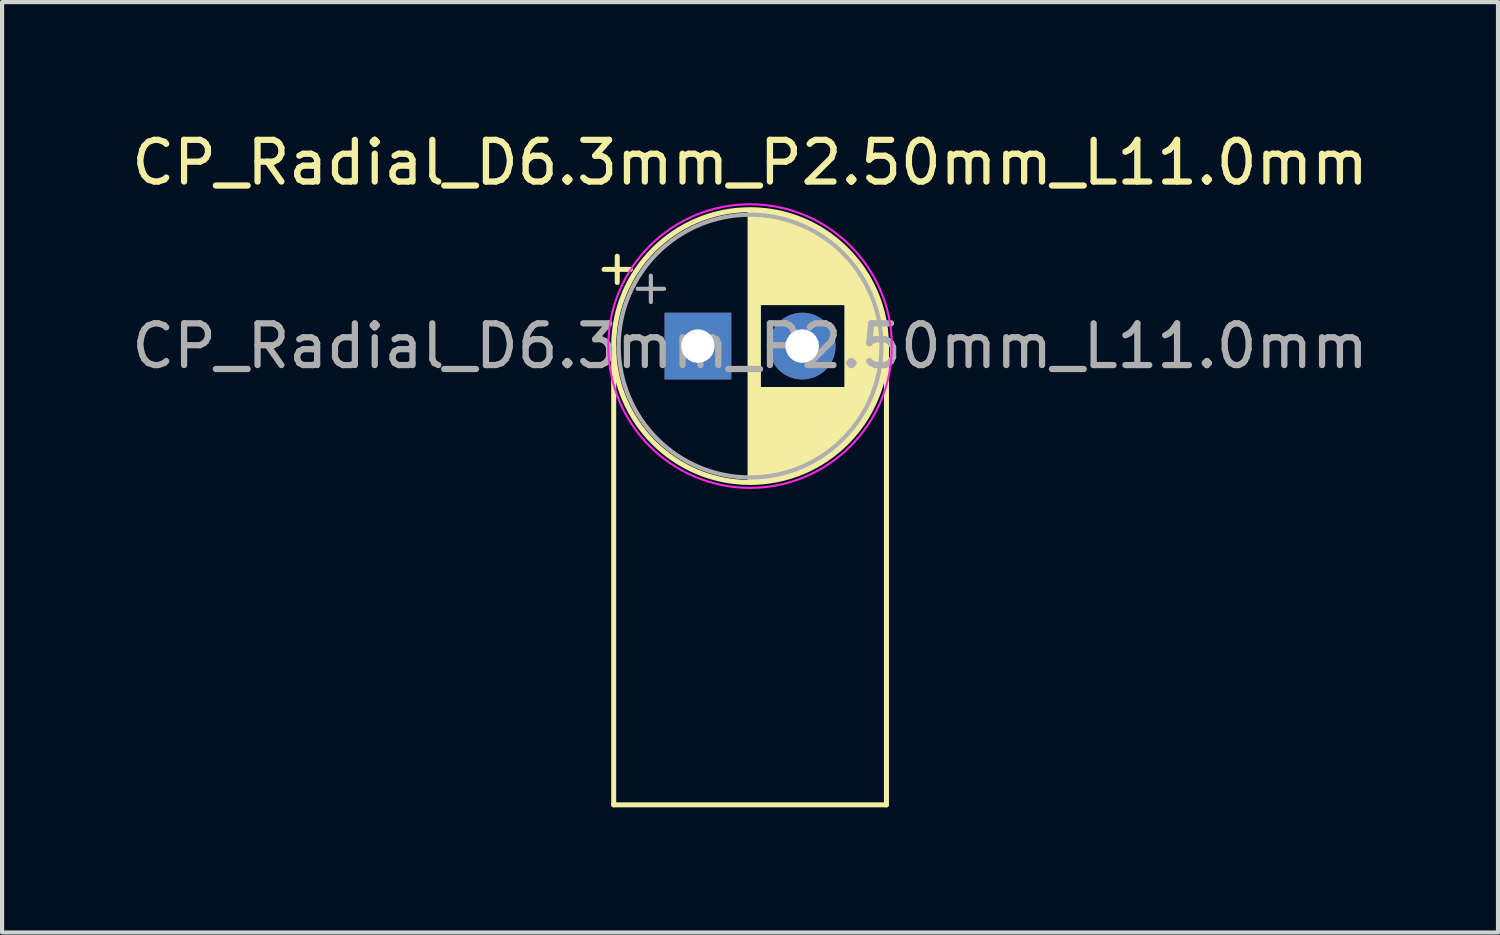
<source format=kicad_pcb>
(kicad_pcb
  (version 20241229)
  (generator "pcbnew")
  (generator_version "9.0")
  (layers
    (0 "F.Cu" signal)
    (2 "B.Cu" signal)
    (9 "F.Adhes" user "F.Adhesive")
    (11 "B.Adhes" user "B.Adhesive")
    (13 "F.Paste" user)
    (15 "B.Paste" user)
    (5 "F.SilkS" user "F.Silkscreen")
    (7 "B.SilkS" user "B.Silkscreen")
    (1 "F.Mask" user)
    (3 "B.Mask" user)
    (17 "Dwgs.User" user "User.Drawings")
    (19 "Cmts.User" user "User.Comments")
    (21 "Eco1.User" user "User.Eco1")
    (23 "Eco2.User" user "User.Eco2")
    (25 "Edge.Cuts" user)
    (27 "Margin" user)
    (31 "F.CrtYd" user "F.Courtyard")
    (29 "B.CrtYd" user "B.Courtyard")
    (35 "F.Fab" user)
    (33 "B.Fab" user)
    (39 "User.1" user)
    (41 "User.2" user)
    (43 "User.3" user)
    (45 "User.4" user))
  (footprint "CP_Radial_D6.3mm_P2.50mm_L11.0mm"
    (layer "F.Cu")
    (at 13.685 5.248)
    (property "Reference" "CP_Radial_D6.3mm_P2.50mm_L11.0mm" (at 1.25 -4.4 0) (layer "F.SilkS") (effects (font (size 1 1) (thickness 0.15))))
    (attr through_hole)
    (fp_line (start -2.25 -1.839) (end -1.62 -1.839) (stroke (width 0.12) (type solid)) (layer "F.SilkS"))
    (fp_line (start -2.02 0) (end -2.02 11) (stroke (width 0.12) (type solid)) (layer "F.SilkS"))
    (fp_line (start -2.02 11) (end 4.52 11) (stroke (width 0.12) (type solid)) (layer "F.SilkS"))
    (fp_line (start -1.935 -2.154) (end -1.935 -1.524) (stroke (width 0.12) (type solid)) (layer "F.SilkS"))
    (fp_line (start 1.25 -3.23) (end 1.25 3.23) (stroke (width 0.12) (type solid)) (layer "F.SilkS"))
    (fp_line (start 1.29 -3.23) (end 1.29 3.23) (stroke (width 0.12) (type solid)) (layer "F.SilkS"))
    (fp_line (start 1.33 -3.23) (end 1.33 3.23) (stroke (width 0.12) (type solid)) (layer "F.SilkS"))
    (fp_line (start 1.37 -3.228) (end 1.37 3.228) (stroke (width 0.12) (type solid)) (layer "F.SilkS"))
    (fp_line (start 1.41 -3.227) (end 1.41 3.227) (stroke (width 0.12) (type solid)) (layer "F.SilkS"))
    (fp_line (start 1.45 -3.224) (end 1.45 3.224) (stroke (width 0.12) (type solid)) (layer "F.SilkS"))
    (fp_line (start 1.49 -3.222) (end 1.49 -1.04) (stroke (width 0.12) (type solid)) (layer "F.SilkS"))
    (fp_line (start 1.49 1.04) (end 1.49 3.222) (stroke (width 0.12) (type solid)) (layer "F.SilkS"))
    (fp_line (start 1.53 -3.218) (end 1.53 -1.04) (stroke (width 0.12) (type solid)) (layer "F.SilkS"))
    (fp_line (start 1.53 1.04) (end 1.53 3.218) (stroke (width 0.12) (type solid)) (layer "F.SilkS"))
    (fp_line (start 1.57 -3.215) (end 1.57 -1.04) (stroke (width 0.12) (type solid)) (layer "F.SilkS"))
    (fp_line (start 1.57 1.04) (end 1.57 3.215) (stroke (width 0.12) (type solid)) (layer "F.SilkS"))
    (fp_line (start 1.61 -3.211) (end 1.61 -1.04) (stroke (width 0.12) (type solid)) (layer "F.SilkS"))
    (fp_line (start 1.61 1.04) (end 1.61 3.211) (stroke (width 0.12) (type solid)) (layer "F.SilkS"))
    (fp_line (start 1.65 -3.206) (end 1.65 -1.04) (stroke (width 0.12) (type solid)) (layer "F.SilkS"))
    (fp_line (start 1.65 1.04) (end 1.65 3.206) (stroke (width 0.12) (type solid)) (layer "F.SilkS"))
    (fp_line (start 1.69 -3.201) (end 1.69 -1.04) (stroke (width 0.12) (type solid)) (layer "F.SilkS"))
    (fp_line (start 1.69 1.04) (end 1.69 3.201) (stroke (width 0.12) (type solid)) (layer "F.SilkS"))
    (fp_line (start 1.73 -3.195) (end 1.73 -1.04) (stroke (width 0.12) (type solid)) (layer "F.SilkS"))
    (fp_line (start 1.73 1.04) (end 1.73 3.195) (stroke (width 0.12) (type solid)) (layer "F.SilkS"))
    (fp_line (start 1.77 -3.189) (end 1.77 -1.04) (stroke (width 0.12) (type solid)) (layer "F.SilkS"))
    (fp_line (start 1.77 1.04) (end 1.77 3.189) (stroke (width 0.12) (type solid)) (layer "F.SilkS"))
    (fp_line (start 1.81 -3.182) (end 1.81 -1.04) (stroke (width 0.12) (type solid)) (layer "F.SilkS"))
    (fp_line (start 1.81 1.04) (end 1.81 3.182) (stroke (width 0.12) (type solid)) (layer "F.SilkS"))
    (fp_line (start 1.85 -3.175) (end 1.85 -1.04) (stroke (width 0.12) (type solid)) (layer "F.SilkS"))
    (fp_line (start 1.85 1.04) (end 1.85 3.175) (stroke (width 0.12) (type solid)) (layer "F.SilkS"))
    (fp_line (start 1.89 -3.167) (end 1.89 -1.04) (stroke (width 0.12) (type solid)) (layer "F.SilkS"))
    (fp_line (start 1.89 1.04) (end 1.89 3.167) (stroke (width 0.12) (type solid)) (layer "F.SilkS"))
    (fp_line (start 1.93 -3.159) (end 1.93 -1.04) (stroke (width 0.12) (type solid)) (layer "F.SilkS"))
    (fp_line (start 1.93 1.04) (end 1.93 3.159) (stroke (width 0.12) (type solid)) (layer "F.SilkS"))
    (fp_line (start 1.971 -3.15) (end 1.971 -1.04) (stroke (width 0.12) (type solid)) (layer "F.SilkS"))
    (fp_line (start 1.971 1.04) (end 1.971 3.15) (stroke (width 0.12) (type solid)) (layer "F.SilkS"))
    (fp_line (start 2.011 -3.141) (end 2.011 -1.04) (stroke (width 0.12) (type solid)) (layer "F.SilkS"))
    (fp_line (start 2.011 1.04) (end 2.011 3.141) (stroke (width 0.12) (type solid)) (layer "F.SilkS"))
    (fp_line (start 2.051 -3.131) (end 2.051 -1.04) (stroke (width 0.12) (type solid)) (layer "F.SilkS"))
    (fp_line (start 2.051 1.04) (end 2.051 3.131) (stroke (width 0.12) (type solid)) (layer "F.SilkS"))
    (fp_line (start 2.091 -3.121) (end 2.091 -1.04) (stroke (width 0.12) (type solid)) (layer "F.SilkS"))
    (fp_line (start 2.091 1.04) (end 2.091 3.121) (stroke (width 0.12) (type solid)) (layer "F.SilkS"))
    (fp_line (start 2.131 -3.11) (end 2.131 -1.04) (stroke (width 0.12) (type solid)) (layer "F.SilkS"))
    (fp_line (start 2.131 1.04) (end 2.131 3.11) (stroke (width 0.12) (type solid)) (layer "F.SilkS"))
    (fp_line (start 2.171 -3.098) (end 2.171 -1.04) (stroke (width 0.12) (type solid)) (layer "F.SilkS"))
    (fp_line (start 2.171 1.04) (end 2.171 3.098) (stroke (width 0.12) (type solid)) (layer "F.SilkS"))
    (fp_line (start 2.211 -3.086) (end 2.211 -1.04) (stroke (width 0.12) (type solid)) (layer "F.SilkS"))
    (fp_line (start 2.211 1.04) (end 2.211 3.086) (stroke (width 0.12) (type solid)) (layer "F.SilkS"))
    (fp_line (start 2.251 -3.074) (end 2.251 -1.04) (stroke (width 0.12) (type solid)) (layer "F.SilkS"))
    (fp_line (start 2.251 1.04) (end 2.251 3.074) (stroke (width 0.12) (type solid)) (layer "F.SilkS"))
    (fp_line (start 2.291 -3.061) (end 2.291 -1.04) (stroke (width 0.12) (type solid)) (layer "F.SilkS"))
    (fp_line (start 2.291 1.04) (end 2.291 3.061) (stroke (width 0.12) (type solid)) (layer "F.SilkS"))
    (fp_line (start 2.331 -3.047) (end 2.331 -1.04) (stroke (width 0.12) (type solid)) (layer "F.SilkS"))
    (fp_line (start 2.331 1.04) (end 2.331 3.047) (stroke (width 0.12) (type solid)) (layer "F.SilkS"))
    (fp_line (start 2.371 -3.033) (end 2.371 -1.04) (stroke (width 0.12) (type solid)) (layer "F.SilkS"))
    (fp_line (start 2.371 1.04) (end 2.371 3.033) (stroke (width 0.12) (type solid)) (layer "F.SilkS"))
    (fp_line (start 2.411 -3.018) (end 2.411 -1.04) (stroke (width 0.12) (type solid)) (layer "F.SilkS"))
    (fp_line (start 2.411 1.04) (end 2.411 3.018) (stroke (width 0.12) (type solid)) (layer "F.SilkS"))
    (fp_line (start 2.451 -3.002) (end 2.451 -1.04) (stroke (width 0.12) (type solid)) (layer "F.SilkS"))
    (fp_line (start 2.451 1.04) (end 2.451 3.002) (stroke (width 0.12) (type solid)) (layer "F.SilkS"))
    (fp_line (start 2.491 -2.986) (end 2.491 -1.04) (stroke (width 0.12) (type solid)) (layer "F.SilkS"))
    (fp_line (start 2.491 1.04) (end 2.491 2.986) (stroke (width 0.12) (type solid)) (layer "F.SilkS"))
    (fp_line (start 2.531 -2.97) (end 2.531 -1.04) (stroke (width 0.12) (type solid)) (layer "F.SilkS"))
    (fp_line (start 2.531 1.04) (end 2.531 2.97) (stroke (width 0.12) (type solid)) (layer "F.SilkS"))
    (fp_line (start 2.571 -2.952) (end 2.571 -1.04) (stroke (width 0.12) (type solid)) (layer "F.SilkS"))
    (fp_line (start 2.571 1.04) (end 2.571 2.952) (stroke (width 0.12) (type solid)) (layer "F.SilkS"))
    (fp_line (start 2.611 -2.934) (end 2.611 -1.04) (stroke (width 0.12) (type solid)) (layer "F.SilkS"))
    (fp_line (start 2.611 1.04) (end 2.611 2.934) (stroke (width 0.12) (type solid)) (layer "F.SilkS"))
    (fp_line (start 2.651 -2.916) (end 2.651 -1.04) (stroke (width 0.12) (type solid)) (layer "F.SilkS"))
    (fp_line (start 2.651 1.04) (end 2.651 2.916) (stroke (width 0.12) (type solid)) (layer "F.SilkS"))
    (fp_line (start 2.691 -2.896) (end 2.691 -1.04) (stroke (width 0.12) (type solid)) (layer "F.SilkS"))
    (fp_line (start 2.691 1.04) (end 2.691 2.896) (stroke (width 0.12) (type solid)) (layer "F.SilkS"))
    (fp_line (start 2.731 -2.876) (end 2.731 -1.04) (stroke (width 0.12) (type solid)) (layer "F.SilkS"))
    (fp_line (start 2.731 1.04) (end 2.731 2.876) (stroke (width 0.12) (type solid)) (layer "F.SilkS"))
    (fp_line (start 2.771 -2.856) (end 2.771 -1.04) (stroke (width 0.12) (type solid)) (layer "F.SilkS"))
    (fp_line (start 2.771 1.04) (end 2.771 2.856) (stroke (width 0.12) (type solid)) (layer "F.SilkS"))
    (fp_line (start 2.811 -2.834) (end 2.811 -1.04) (stroke (width 0.12) (type solid)) (layer "F.SilkS"))
    (fp_line (start 2.811 1.04) (end 2.811 2.834) (stroke (width 0.12) (type solid)) (layer "F.SilkS"))
    (fp_line (start 2.851 -2.812) (end 2.851 -1.04) (stroke (width 0.12) (type solid)) (layer "F.SilkS"))
    (fp_line (start 2.851 1.04) (end 2.851 2.812) (stroke (width 0.12) (type solid)) (layer "F.SilkS"))
    (fp_line (start 2.891 -2.79) (end 2.891 -1.04) (stroke (width 0.12) (type solid)) (layer "F.SilkS"))
    (fp_line (start 2.891 1.04) (end 2.891 2.79) (stroke (width 0.12) (type solid)) (layer "F.SilkS"))
    (fp_line (start 2.931 -2.766) (end 2.931 -1.04) (stroke (width 0.12) (type solid)) (layer "F.SilkS"))
    (fp_line (start 2.931 1.04) (end 2.931 2.766) (stroke (width 0.12) (type solid)) (layer "F.SilkS"))
    (fp_line (start 2.971 -2.742) (end 2.971 -1.04) (stroke (width 0.12) (type solid)) (layer "F.SilkS"))
    (fp_line (start 2.971 1.04) (end 2.971 2.742) (stroke (width 0.12) (type solid)) (layer "F.SilkS"))
    (fp_line (start 3.011 -2.716) (end 3.011 -1.04) (stroke (width 0.12) (type solid)) (layer "F.SilkS"))
    (fp_line (start 3.011 1.04) (end 3.011 2.716) (stroke (width 0.12) (type solid)) (layer "F.SilkS"))
    (fp_line (start 3.051 -2.69) (end 3.051 -1.04) (stroke (width 0.12) (type solid)) (layer "F.SilkS"))
    (fp_line (start 3.051 1.04) (end 3.051 2.69) (stroke (width 0.12) (type solid)) (layer "F.SilkS"))
    (fp_line (start 3.091 -2.664) (end 3.091 -1.04) (stroke (width 0.12) (type solid)) (layer "F.SilkS"))
    (fp_line (start 3.091 1.04) (end 3.091 2.664) (stroke (width 0.12) (type solid)) (layer "F.SilkS"))
    (fp_line (start 3.131 -2.636) (end 3.131 -1.04) (stroke (width 0.12) (type solid)) (layer "F.SilkS"))
    (fp_line (start 3.131 1.04) (end 3.131 2.636) (stroke (width 0.12) (type solid)) (layer "F.SilkS"))
    (fp_line (start 3.171 -2.607) (end 3.171 -1.04) (stroke (width 0.12) (type solid)) (layer "F.SilkS"))
    (fp_line (start 3.171 1.04) (end 3.171 2.607) (stroke (width 0.12) (type solid)) (layer "F.SilkS"))
    (fp_line (start 3.211 -2.578) (end 3.211 -1.04) (stroke (width 0.12) (type solid)) (layer "F.SilkS"))
    (fp_line (start 3.211 1.04) (end 3.211 2.578) (stroke (width 0.12) (type solid)) (layer "F.SilkS"))
    (fp_line (start 3.251 -2.548) (end 3.251 -1.04) (stroke (width 0.12) (type solid)) (layer "F.SilkS"))
    (fp_line (start 3.251 1.04) (end 3.251 2.548) (stroke (width 0.12) (type solid)) (layer "F.SilkS"))
    (fp_line (start 3.291 -2.516) (end 3.291 -1.04) (stroke (width 0.12) (type solid)) (layer "F.SilkS"))
    (fp_line (start 3.291 1.04) (end 3.291 2.516) (stroke (width 0.12) (type solid)) (layer "F.SilkS"))
    (fp_line (start 3.331 -2.484) (end 3.331 -1.04) (stroke (width 0.12) (type solid)) (layer "F.SilkS"))
    (fp_line (start 3.331 1.04) (end 3.331 2.484) (stroke (width 0.12) (type solid)) (layer "F.SilkS"))
    (fp_line (start 3.371 -2.45) (end 3.371 -1.04) (stroke (width 0.12) (type solid)) (layer "F.SilkS"))
    (fp_line (start 3.371 1.04) (end 3.371 2.45) (stroke (width 0.12) (type solid)) (layer "F.SilkS"))
    (fp_line (start 3.411 -2.416) (end 3.411 -1.04) (stroke (width 0.12) (type solid)) (layer "F.SilkS"))
    (fp_line (start 3.411 1.04) (end 3.411 2.416) (stroke (width 0.12) (type solid)) (layer "F.SilkS"))
    (fp_line (start 3.451 -2.38) (end 3.451 -1.04) (stroke (width 0.12) (type solid)) (layer "F.SilkS"))
    (fp_line (start 3.451 1.04) (end 3.451 2.38) (stroke (width 0.12) (type solid)) (layer "F.SilkS"))
    (fp_line (start 3.491 -2.343) (end 3.491 -1.04) (stroke (width 0.12) (type solid)) (layer "F.SilkS"))
    (fp_line (start 3.491 1.04) (end 3.491 2.343) (stroke (width 0.12) (type solid)) (layer "F.SilkS"))
    (fp_line (start 3.531 -2.305) (end 3.531 -1.04) (stroke (width 0.12) (type solid)) (layer "F.SilkS"))
    (fp_line (start 3.531 1.04) (end 3.531 2.305) (stroke (width 0.12) (type solid)) (layer "F.SilkS"))
    (fp_line (start 3.571 -2.265) (end 3.571 2.265) (stroke (width 0.12) (type solid)) (layer "F.SilkS"))
    (fp_line (start 3.611 -2.224) (end 3.611 2.224) (stroke (width 0.12) (type solid)) (layer "F.SilkS"))
    (fp_line (start 3.651 -2.182) (end 3.651 2.182) (stroke (width 0.12) (type solid)) (layer "F.SilkS"))
    (fp_line (start 3.691 -2.137) (end 3.691 2.137) (stroke (width 0.12) (type solid)) (layer "F.SilkS"))
    (fp_line (start 3.731 -2.092) (end 3.731 2.092) (stroke (width 0.12) (type solid)) (layer "F.SilkS"))
    (fp_line (start 3.771 -2.044) (end 3.771 2.044) (stroke (width 0.12) (type solid)) (layer "F.SilkS"))
    (fp_line (start 3.811 -1.995) (end 3.811 1.995) (stroke (width 0.12) (type solid)) (layer "F.SilkS"))
    (fp_line (start 3.851 -1.944) (end 3.851 1.944) (stroke (width 0.12) (type solid)) (layer "F.SilkS"))
    (fp_line (start 3.891 -1.89) (end 3.891 1.89) (stroke (width 0.12) (type solid)) (layer "F.SilkS"))
    (fp_line (start 3.931 -1.834) (end 3.931 1.834) (stroke (width 0.12) (type solid)) (layer "F.SilkS"))
    (fp_line (start 3.971 -1.776) (end 3.971 1.776) (stroke (width 0.12) (type solid)) (layer "F.SilkS"))
    (fp_line (start 4.011 -1.714) (end 4.011 1.714) (stroke (width 0.12) (type solid)) (layer "F.SilkS"))
    (fp_line (start 4.051 -1.65) (end 4.051 1.65) (stroke (width 0.12) (type solid)) (layer "F.SilkS"))
    (fp_line (start 4.091 -1.581) (end 4.091 1.581) (stroke (width 0.12) (type solid)) (layer "F.SilkS"))
    (fp_line (start 4.131 -1.509) (end 4.131 1.509) (stroke (width 0.12) (type solid)) (layer "F.SilkS"))
    (fp_line (start 4.171 -1.432) (end 4.171 1.432) (stroke (width 0.12) (type solid)) (layer "F.SilkS"))
    (fp_line (start 4.211 -1.35) (end 4.211 1.35) (stroke (width 0.12) (type solid)) (layer "F.SilkS"))
    (fp_line (start 4.251 -1.262) (end 4.251 1.262) (stroke (width 0.12) (type solid)) (layer "F.SilkS"))
    (fp_line (start 4.291 -1.165) (end 4.291 1.165) (stroke (width 0.12) (type solid)) (layer "F.SilkS"))
    (fp_line (start 4.331 -1.059) (end 4.331 1.059) (stroke (width 0.12) (type solid)) (layer "F.SilkS"))
    (fp_line (start 4.371 -0.94) (end 4.371 0.94) (stroke (width 0.12) (type solid)) (layer "F.SilkS"))
    (fp_line (start 4.411 -0.802) (end 4.411 0.802) (stroke (width 0.12) (type solid)) (layer "F.SilkS"))
    (fp_line (start 4.451 -0.633) (end 4.451 0.633) (stroke (width 0.12) (type solid)) (layer "F.SilkS"))
    (fp_line (start 4.491 -0.402) (end 4.491 0.402) (stroke (width 0.12) (type solid)) (layer "F.SilkS"))
    (fp_line (start 4.52 0) (end 4.52 11) (stroke (width 0.12) (type solid)) (layer "F.SilkS"))
    (fp_circle (center 1.25 0) (end 4.52 0) (stroke (width 0.12) (type solid)) (fill no) (layer "F.SilkS"))
    (fp_circle (center 1.25 0) (end 4.65 0) (stroke (width 0.05) (type solid)) (fill no) (layer "F.CrtYd"))
    (fp_line (start -1.444 -1.373) (end -0.814 -1.373) (stroke (width 0.1) (type solid)) (layer "F.Fab"))
    (fp_line (start -1.129 -1.688) (end -1.129 -1.058) (stroke (width 0.1) (type solid)) (layer "F.Fab"))
    (fp_circle (center 1.25 0) (end 4.4 0) (stroke (width 0.1) (type solid)) (fill no) (layer "F.Fab"))
    (fp_text user "${REFERENCE}" (at 1.25 0 0) (layer "F.Fab") (effects (font (size 1 1) (thickness 0.15))))
    (pad "1" thru_hole rect (at 0 0) (size 1.6 1.6) (drill 0.8) (layers "*.Cu" "*.Mask"))
    (pad "2" thru_hole circle (at 2.5 0) (size 1.6 1.6) (drill 0.8) (layers "*.Cu" "*.Mask")))
  (gr_rect
    (start -3 -3)
    (end 32.869 19.308)
    (stroke (width 0.1) (type default))
    (fill no)
    (layer "Edge.Cuts")))
</source>
